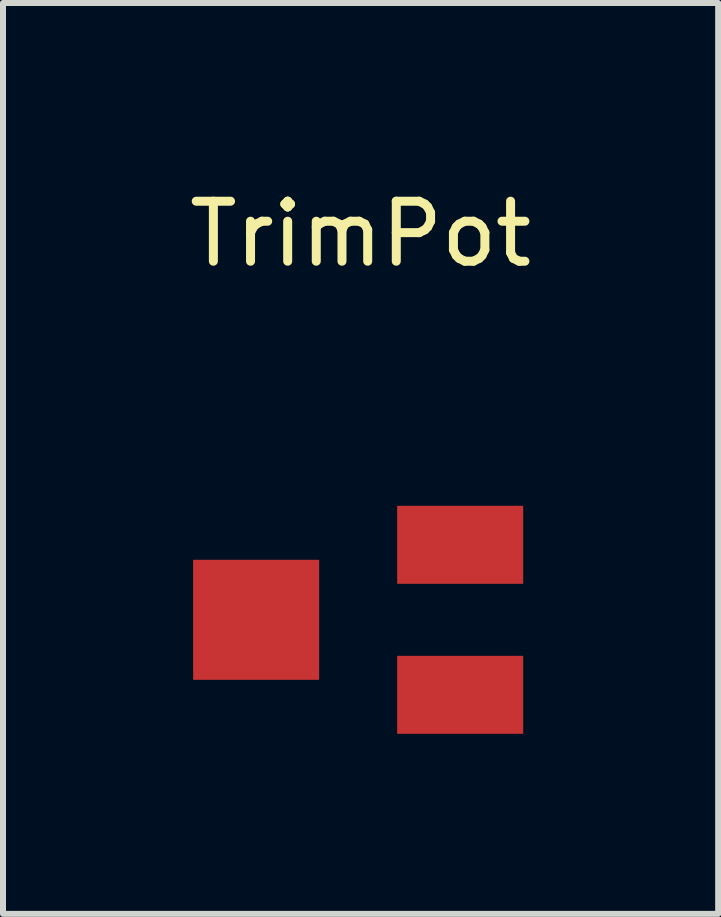
<source format=kicad_pcb>
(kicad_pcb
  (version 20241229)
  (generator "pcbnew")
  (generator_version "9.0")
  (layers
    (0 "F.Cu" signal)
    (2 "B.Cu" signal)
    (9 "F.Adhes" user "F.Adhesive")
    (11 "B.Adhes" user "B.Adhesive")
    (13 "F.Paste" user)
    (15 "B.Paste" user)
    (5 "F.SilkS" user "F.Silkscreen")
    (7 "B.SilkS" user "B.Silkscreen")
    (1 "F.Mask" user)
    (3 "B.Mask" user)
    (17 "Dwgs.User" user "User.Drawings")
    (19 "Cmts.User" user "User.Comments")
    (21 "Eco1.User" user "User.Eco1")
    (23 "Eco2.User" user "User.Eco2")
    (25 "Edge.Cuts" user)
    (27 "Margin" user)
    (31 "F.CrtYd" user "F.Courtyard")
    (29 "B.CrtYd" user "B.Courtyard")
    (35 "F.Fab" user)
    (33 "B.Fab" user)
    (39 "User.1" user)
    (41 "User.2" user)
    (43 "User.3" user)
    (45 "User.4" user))
  (footprint "TrimPot"
    (layer "F.Cu")
    (at 2.918 7.278)
    (property "Reference" "TrimPot" (at 0.04 -6.43 0) (layer "F.SilkS") (effects (font (size 1 1) (thickness 0.15))))
    (attr through_hole)
    (pad "1" smd rect (at 1.7 -1.25) (size 2.1 1.3) (layers "F.Cu" "F.Mask" "F.Paste"))
    (pad "2" smd rect (at -1.7 0) (size 2.1 2) (layers "F.Cu" "F.Mask" "F.Paste"))
    (pad "3" smd rect (at 1.7 1.25) (size 2.1 1.3) (layers "F.Cu" "F.Mask" "F.Paste")))
  (gr_rect
    (start -3 -3)
    (end 8.917 12.178)
    (stroke (width 0.1) (type default))
    (fill no)
    (layer "Edge.Cuts")))
</source>
